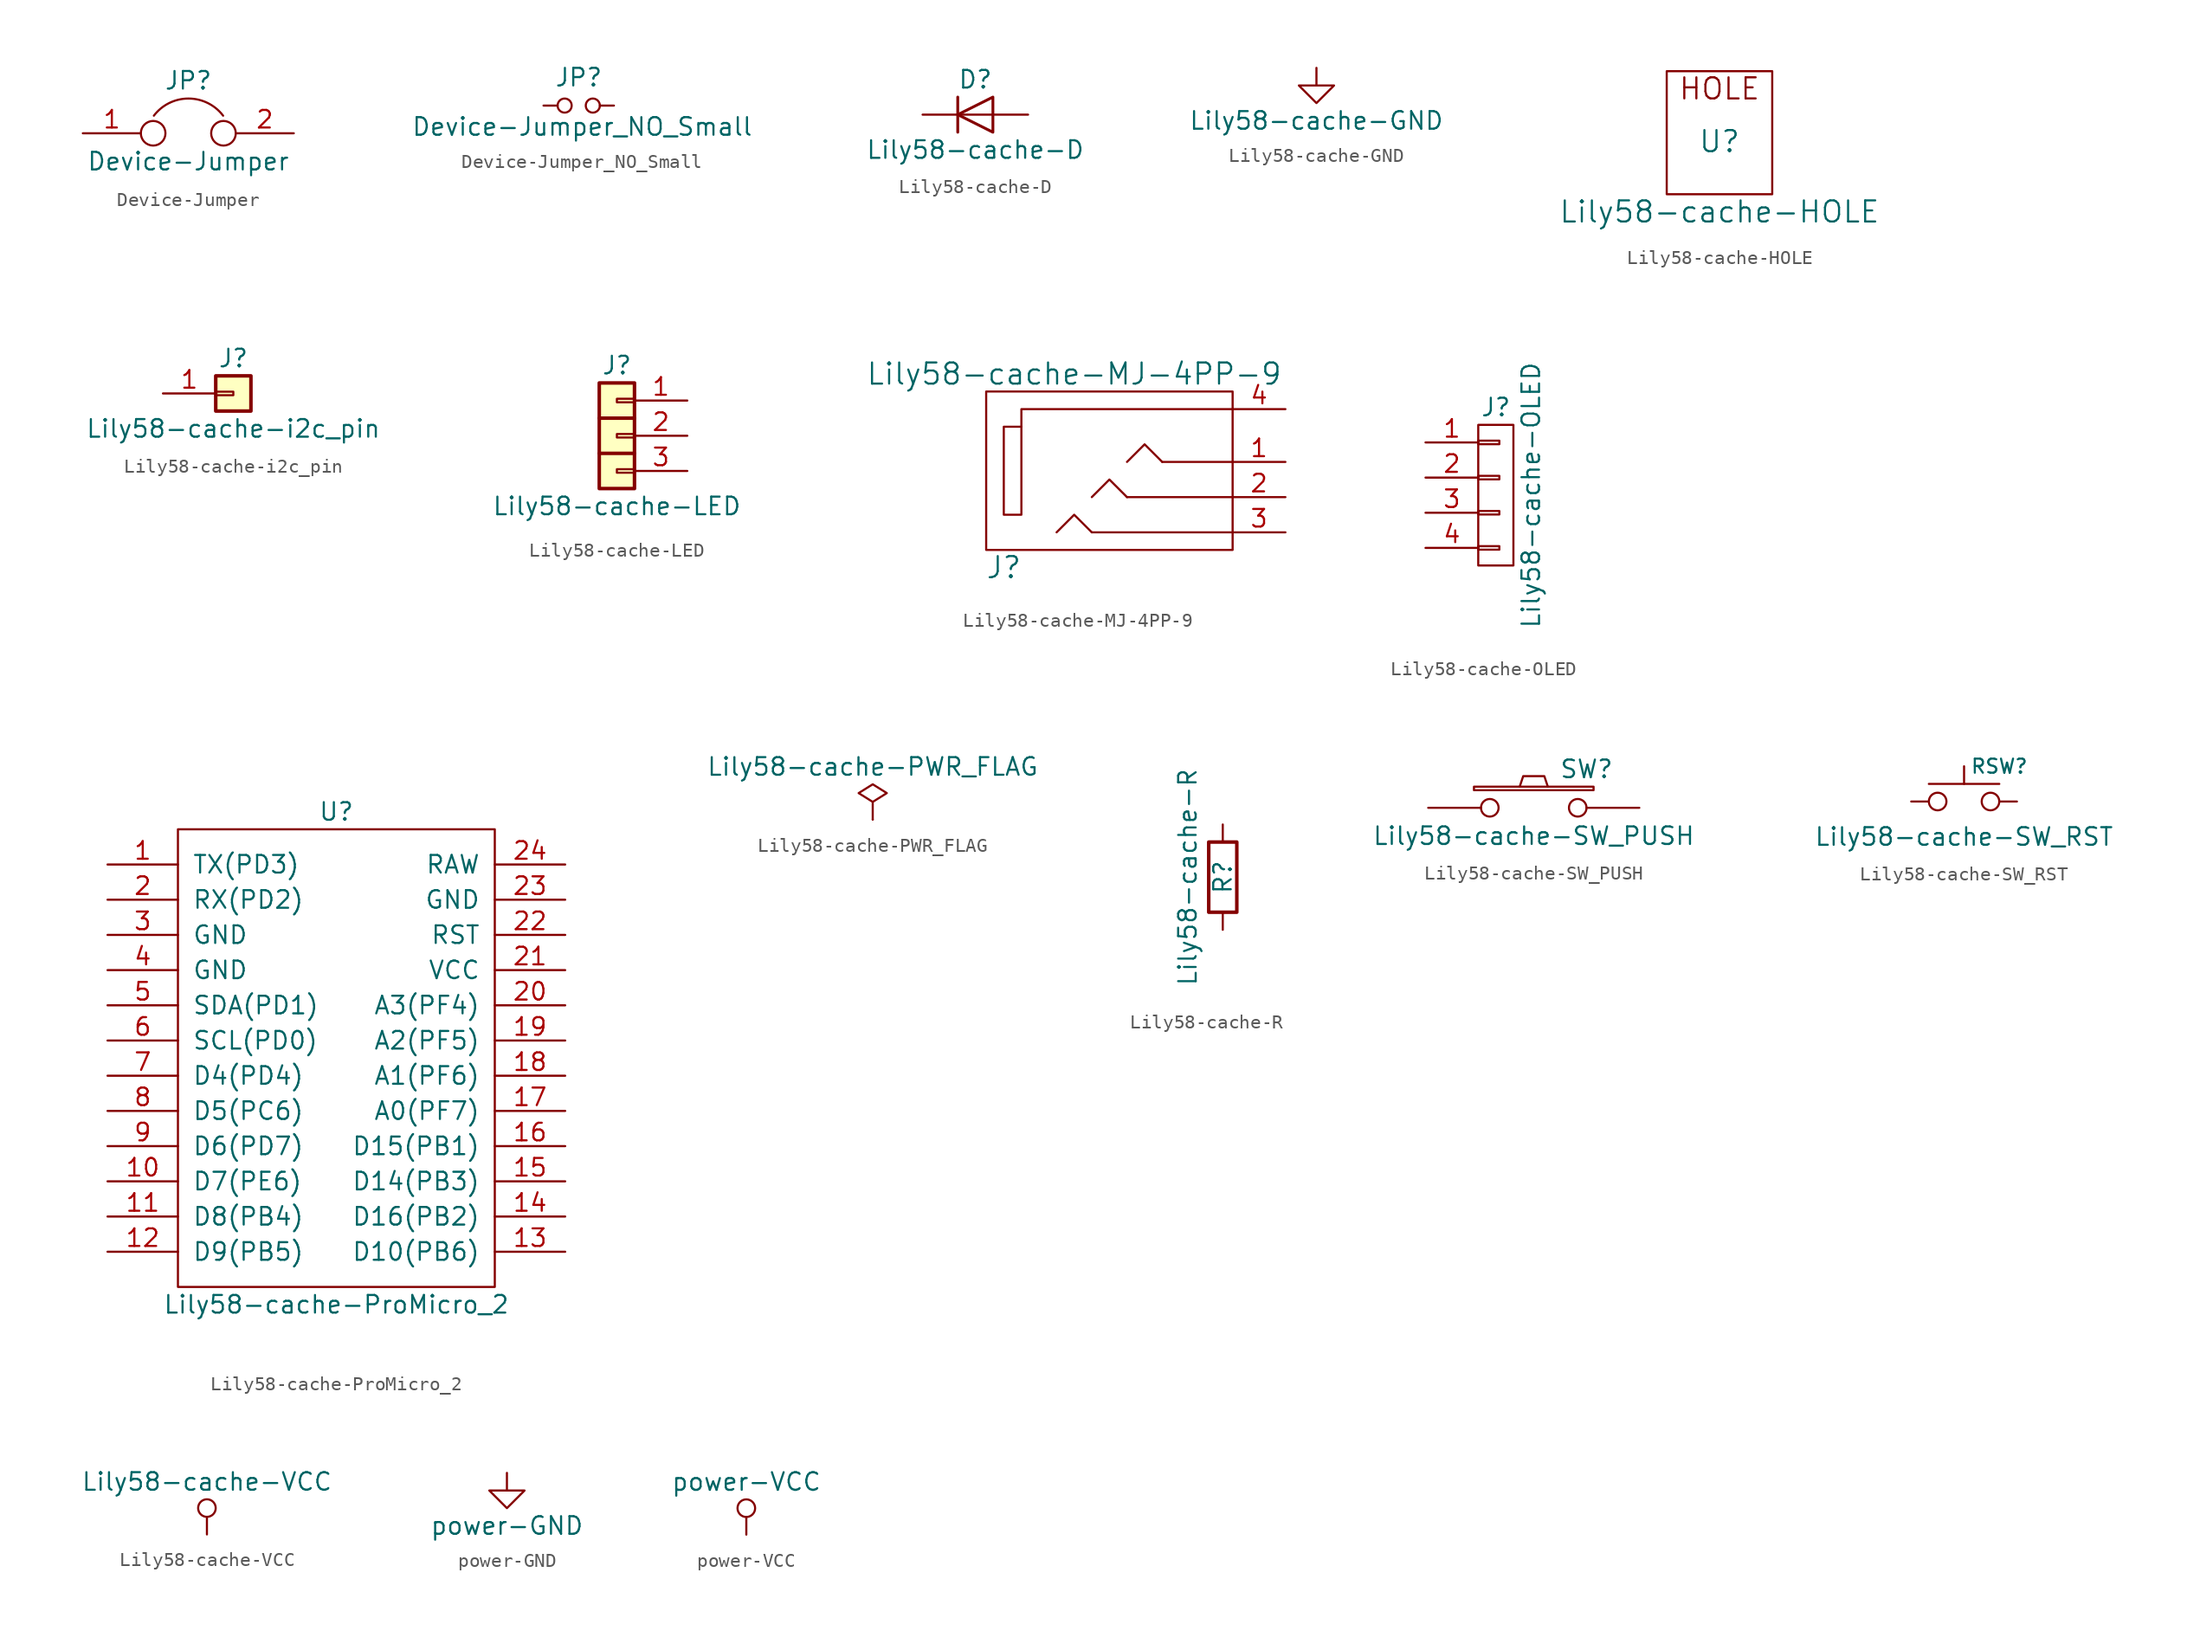
<source format=kicad_sym>
(kicad_symbol_lib
  (version 20211014)
  (generator kicad_symbol_editor)
  (symbol "Device-Jumper"
    (pin_names
      (offset 0.762) hide)
    (property "Reference" "JP"
      (at 0 3.81 0)
      (effects (font (size 1.27 1.27))))
    (property "Value" "Device-Jumper"
      (at 0 -2.032 0)
      (effects (font (size 1.27 1.27))))
    (symbol "Device-Jumper_0_1"
      (circle (center -2.54 0) (radius 0.889) (stroke (width 0) (type default) (color 0 0 0 0)) (fill (type none)))
      (arc (start 2.5146 1.27) (mid 0.0078 2.5097) (end -2.4892 1.27) (stroke (width 0) (type default) (color 0 0 0 0)) (fill (type none)))
      (circle (center 2.54 0) (radius 0.889) (stroke (width 0) (type default) (color 0 0 0 0)) (fill (type none)))
      (pin passive line (at -7.62 0 0) (length 4.191) (name "1" (effects (font (size 1.27 1.27)))) (number "1" (effects (font (size 1.27 1.27)))))
      (pin passive line (at 7.62 0 180) (length 4.191) (name "2" (effects (font (size 1.27 1.27)))) (number "2" (effects (font (size 1.27 1.27)))))))
  (symbol "Device-Jumper_NO_Small"
    (pin_numbers hide)
    (pin_names
      (offset 0.762) hide)
    (property "Reference" "JP"
      (at 0 2.032 0)
      (effects (font (size 1.27 1.27))))
    (property "Value" "Device-Jumper_NO_Small"
      (at 0.254 -1.524 0)
      (effects (font (size 1.27 1.27))))
    (symbol "Device-Jumper_NO_Small_0_1"
      (circle (center -1.016 0) (radius 0.508) (stroke (width 0) (type default) (color 0 0 0 0)) (fill (type none)))
      (circle (center 1.016 0) (radius 0.508) (stroke (width 0) (type default) (color 0 0 0 0)) (fill (type none)))
      (pin passive line (at -2.54 0 0) (length 1.016) (name "1" (effects (font (size 1.27 1.27)))) (number "1" (effects (font (size 1.27 1.27)))))
      (pin passive line (at 2.54 0 180) (length 1.016) (name "2" (effects (font (size 1.27 1.27)))) (number "2" (effects (font (size 1.27 1.27)))))))
  (symbol "Lily58-cache-D"
    (pin_numbers hide)
    (pin_names
      (offset 1.016) hide)
    (property "Reference" "D"
      (at 0 2.54 0)
      (effects (font (size 1.27 1.27))))
    (property "Value" "Lily58-cache-D"
      (at 0 -2.54 0)
      (effects (font (size 1.27 1.27))))
    (symbol "Lily58-cache-D_0_1"
      (polyline (pts (xy -1.27 1.27) (xy -1.27 -1.27)) (stroke (width 0.203) (type default) (color 0 0 0 0)) (fill (type none)))
      (polyline (pts (xy 1.27 0) (xy -1.27 0)) (stroke (width 0) (type default) (color 0 0 0 0)) (fill (type none)))
      (polyline (pts (xy 1.27 1.27) (xy 1.27 -1.27) (xy -1.27 0) (xy 1.27 1.27)) (stroke (width 0.203) (type default) (color 0 0 0 0)) (fill (type none))))
    (symbol "Lily58-cache-D_1_1"
      (pin passive line (at -3.81 0 0) (length 2.54) (name "K" (effects (font (size 1.27 1.27)))) (number "1" (effects (font (size 1.27 1.27)))))
      (pin passive line (at 3.81 0 180) (length 2.54) (name "A" (effects (font (size 1.27 1.27)))) (number "2" (effects (font (size 1.27 1.27)))))))
  (symbol "Lily58-cache-GND"
    (power)
    (pin_names
      (offset 0))
    (property "Reference" "#PWR"
      (at 0 -6.35 0)
      (effects (font (size 1.27 1.27)) hide))
    (property "Value" "Lily58-cache-GND"
      (at 0 -3.81 0)
      (effects (font (size 1.27 1.27))))
    (symbol "Lily58-cache-GND_1_1"
      (polyline (pts (xy 0 0) (xy 0 -1.27) (xy 1.27 -1.27) (xy 0 -2.54) (xy -1.27 -1.27) (xy 0 -1.27)) (stroke (width 0) (type default) (color 0 0 0 0)) (fill (type none)))
      (pin power_in line (at 0 0 0) (length 0) hide (name "GND" (effects (font (size 1.27 1.27)))) (number "1" (effects (font (size 1.27 1.27)))))))
  (symbol "Lily58-cache-HOLE"
    (pin_names
      (offset 1.016))
    (property "Reference" "U"
      (at 0 0 0)
      (effects (font (size 1.524 1.524))))
    (property "Value" "Lily58-cache-HOLE"
      (at 0 -5.08 0)
      (effects (font (size 1.524 1.524))))
    (property "Footprint" ""
      (at 0 0 0)
      (effects (font (size 1.524 1.524))))
    (property "Datasheet" ""
      (at 0 0 0)
      (effects (font (size 1.524 1.524))))
    (symbol "Lily58-cache-HOLE_0_0"
      (text "HOLE" (at 0 3.81 0) (effects (font (size 1.524 1.524)))))
    (symbol "Lily58-cache-HOLE_0_1"
      (rectangle (start 3.81 5.08) (end -3.81 -3.81) (stroke (width 0) (type default) (color 0 0 0 0)) (fill (type none)))))
  (symbol "Lily58-cache-i2c_pin"
    (pin_names
      (offset 1.016) hide)
    (property "Reference" "J"
      (at 0 2.54 0)
      (effects (font (size 1.27 1.27))))
    (property "Value" "Lily58-cache-i2c_pin"
      (at 0 -2.54 0)
      (effects (font (size 1.27 1.27))))
    (symbol "Lily58-cache-i2c_pin_1_1"
      (rectangle (start -1.27 0.127) (end 0 -0.127) (stroke (width 0.152) (type default) (color 0 0 0 0)) (fill (type none)))
      (rectangle (start -1.27 1.27) (end 1.27 -1.27) (stroke (width 0.254) (type default) (color 0 0 0 0)) (fill (type background)))
      (pin passive line (at -5.08 0 0) (length 3.81) (name "Pin_1" (effects (font (size 1.27 1.27)))) (number "1" (effects (font (size 1.27 1.27)))))))
  (symbol "Lily58-cache-LED"
    (pin_names
      (offset 1.016) hide)
    (property "Reference" "J"
      (at 0 5.08 0)
      (effects (font (size 1.27 1.27))))
    (property "Value" "Lily58-cache-LED"
      (at 0 -5.08 0)
      (effects (font (size 1.27 1.27))))
    (symbol "Lily58-cache-LED_1_1"
      (rectangle (start -1.27 3.81) (end 1.27 -3.81) (stroke (width 0.254) (type default) (color 0 0 0 0)) (fill (type background)))
      (rectangle (start 0 -2.413) (end 1.27 -2.667) (stroke (width 0.152) (type default) (color 0 0 0 0)) (fill (type none)))
      (polyline (pts (xy -1.27 -1.27) (xy 1.27 -1.27)) (stroke (width 0.254) (type default) (color 0 0 0 0)) (fill (type none)))
      (polyline (pts (xy -1.27 1.27) (xy 1.27 1.27)) (stroke (width 0.254) (type default) (color 0 0 0 0)) (fill (type none)))
      (rectangle (start 0 0.127) (end 1.27 -0.127) (stroke (width 0.152) (type default) (color 0 0 0 0)) (fill (type none)))
      (rectangle (start 0 2.667) (end 1.27 2.413) (stroke (width 0.152) (type default) (color 0 0 0 0)) (fill (type none)))
      (pin passive line (at 5.08 2.54 180) (length 3.81) (name "Pin_1" (effects (font (size 1.27 1.27)))) (number "1" (effects (font (size 1.27 1.27)))))
      (pin passive line (at 5.08 0 180) (length 3.81) (name "Pin_2" (effects (font (size 1.27 1.27)))) (number "2" (effects (font (size 1.27 1.27)))))
      (pin passive line (at 5.08 -2.54 180) (length 3.81) (name "Pin_3" (effects (font (size 1.27 1.27)))) (number "3" (effects (font (size 1.27 1.27)))))))
  (symbol "Lily58-cache-MJ-4PP-9"
    (pin_names
      (offset 1.016))
    (property "Reference" "J"
      (at -8.89 -7.62 0)
      (effects (font (size 1.524 1.524))))
    (property "Value" "Lily58-cache-MJ-4PP-9"
      (at -3.81 6.35 0)
      (effects (font (size 1.524 1.524))))
    (property "Footprint" ""
      (at 0 0 0)
      (effects (font (size 1.524 1.524))))
    (property "Datasheet" ""
      (at 0 0 0)
      (effects (font (size 1.524 1.524))))
    (symbol "Lily58-cache-MJ-4PP-9_0_1"
      (rectangle (start -7.62 2.54) (end -8.89 -3.81) (stroke (width 0) (type default) (color 0 0 0 0)) (fill (type none)))
      (polyline (pts (xy 2.54 0) (xy 7.62 0)) (stroke (width 0) (type default) (color 0 0 0 0)) (fill (type none)))
      (polyline (pts (xy -2.54 -5.08) (xy 7.62 -5.08) (xy 7.62 -5.08)) (stroke (width 0) (type default) (color 0 0 0 0)) (fill (type none)))
      (polyline (pts (xy 0 -2.54) (xy -1.27 -1.27) (xy -2.54 -2.54)) (stroke (width 0) (type default) (color 0 0 0 0)) (fill (type none)))
      (polyline (pts (xy 0 0) (xy 1.27 1.27) (xy 2.54 0)) (stroke (width 0) (type default) (color 0 0 0 0)) (fill (type none)))
      (polyline (pts (xy 7.62 3.81) (xy -7.62 3.81) (xy -7.62 2.54)) (stroke (width 0) (type default) (color 0 0 0 0)) (fill (type none)))
      (polyline (pts (xy -2.54 -5.08) (xy -3.81 -3.81) (xy -5.08 -5.08) (xy -5.08 -5.08)) (stroke (width 0) (type default) (color 0 0 0 0)) (fill (type none)))
      (polyline (pts (xy 0 -2.54) (xy 7.62 -2.54) (xy 7.62 -2.54) (xy 7.62 -2.54)) (stroke (width 0) (type default) (color 0 0 0 0)) (fill (type none)))
      (rectangle (start 7.62 -6.35) (end -10.16 5.08) (stroke (width 0) (type default) (color 0 0 0 0)) (fill (type none))))
    (symbol "Lily58-cache-MJ-4PP-9_1_1"
      (pin passive line (at 11.43 0 180) (length 3.81) (name "~" (effects (font (size 1.27 1.27)))) (number "1" (effects (font (size 1.27 1.27)))))
      (pin passive line (at 11.43 -2.54 180) (length 3.81) (name "~" (effects (font (size 1.27 1.27)))) (number "2" (effects (font (size 1.27 1.27)))))
      (pin passive line (at 11.43 -5.08 180) (length 3.81) (name "~" (effects (font (size 1.27 1.27)))) (number "3" (effects (font (size 1.27 1.27)))))
      (pin passive line (at 11.43 3.81 180) (length 3.81) (name "~" (effects (font (size 1.27 1.27)))) (number "4" (effects (font (size 1.27 1.27)))))))
  (symbol "Lily58-cache-OLED"
    (pin_names
      (offset 1.016) hide)
    (property "Reference" "J"
      (at 0 6.35 0)
      (effects (font (size 1.27 1.27))))
    (property "Value" "Lily58-cache-OLED"
      (at 2.54 0 90)
      (effects (font (size 1.27 1.27))))
    (property "Footprint" ""
      (at 0 0 0)
      (effects (font (size 1.27 1.27))))
    (property "Datasheet" ""
      (at 0 0 0)
      (effects (font (size 1.27 1.27))))
    (symbol "Lily58-cache-OLED_0_1"
      (rectangle (start -1.27 -3.683) (end 0.254 -3.937) (stroke (width 0) (type default) (color 0 0 0 0)) (fill (type none)))
      (rectangle (start -1.27 -1.143) (end 0.254 -1.397) (stroke (width 0) (type default) (color 0 0 0 0)) (fill (type none)))
      (rectangle (start -1.27 1.397) (end 0.254 1.143) (stroke (width 0) (type default) (color 0 0 0 0)) (fill (type none)))
      (rectangle (start -1.27 3.937) (end 0.254 3.683) (stroke (width 0) (type default) (color 0 0 0 0)) (fill (type none)))
      (rectangle (start -1.27 5.08) (end 1.27 -5.08) (stroke (width 0) (type default) (color 0 0 0 0)) (fill (type none))))
    (symbol "Lily58-cache-OLED_1_1"
      (pin passive line (at -5.08 3.81 0) (length 3.81) (name "P1" (effects (font (size 1.27 1.27)))) (number "1" (effects (font (size 1.27 1.27)))))
      (pin passive line (at -5.08 1.27 0) (length 3.81) (name "P2" (effects (font (size 1.27 1.27)))) (number "2" (effects (font (size 1.27 1.27)))))
      (pin passive line (at -5.08 -1.27 0) (length 3.81) (name "P3" (effects (font (size 1.27 1.27)))) (number "3" (effects (font (size 1.27 1.27)))))
      (pin passive line (at -5.08 -3.81 0) (length 3.81) (name "P4" (effects (font (size 1.27 1.27)))) (number "4" (effects (font (size 1.27 1.27)))))))
  (symbol "Lily58-cache-ProMicro_2"
    (pin_names
      (offset 1.016))
    (property "Reference" "U"
      (at 0 17.78 0)
      (effects (font (size 1.27 1.27))))
    (property "Value" "Lily58-cache-ProMicro_2"
      (at 0 -17.78 0)
      (effects (font (size 1.27 1.27))))
    (symbol "Lily58-cache-ProMicro_2_0_1"
      (rectangle (start -11.43 16.51) (end 11.43 -16.51) (stroke (width 0) (type default) (color 0 0 0 0)) (fill (type none))))
    (symbol "Lily58-cache-ProMicro_2_1_1"
      (pin input line (at -16.51 13.97 0) (length 5.08) (name "TX(PD3)" (effects (font (size 1.27 1.27)))) (number "1" (effects (font (size 1.27 1.27)))))
      (pin input line (at -16.51 -8.89 0) (length 5.08) (name "D7(PE6)" (effects (font (size 1.27 1.27)))) (number "10" (effects (font (size 1.27 1.27)))))
      (pin input line (at -16.51 -11.43 0) (length 5.08) (name "D8(PB4)" (effects (font (size 1.27 1.27)))) (number "11" (effects (font (size 1.27 1.27)))))
      (pin input line (at -16.51 -13.97 0) (length 5.08) (name "D9(PB5)" (effects (font (size 1.27 1.27)))) (number "12" (effects (font (size 1.27 1.27)))))
      (pin input line (at 16.51 -13.97 180) (length 5.08) (name "D10(PB6)" (effects (font (size 1.27 1.27)))) (number "13" (effects (font (size 1.27 1.27)))))
      (pin input line (at 16.51 -11.43 180) (length 5.08) (name "D16(PB2)" (effects (font (size 1.27 1.27)))) (number "14" (effects (font (size 1.27 1.27)))))
      (pin input line (at 16.51 -8.89 180) (length 5.08) (name "D14(PB3)" (effects (font (size 1.27 1.27)))) (number "15" (effects (font (size 1.27 1.27)))))
      (pin input line (at 16.51 -6.35 180) (length 5.08) (name "D15(PB1)" (effects (font (size 1.27 1.27)))) (number "16" (effects (font (size 1.27 1.27)))))
      (pin input line (at 16.51 -3.81 180) (length 5.08) (name "A0(PF7)" (effects (font (size 1.27 1.27)))) (number "17" (effects (font (size 1.27 1.27)))))
      (pin input line (at 16.51 -1.27 180) (length 5.08) (name "A1(PF6)" (effects (font (size 1.27 1.27)))) (number "18" (effects (font (size 1.27 1.27)))))
      (pin input line (at 16.51 1.27 180) (length 5.08) (name "A2(PF5)" (effects (font (size 1.27 1.27)))) (number "19" (effects (font (size 1.27 1.27)))))
      (pin input line (at -16.51 11.43 0) (length 5.08) (name "RX(PD2)" (effects (font (size 1.27 1.27)))) (number "2" (effects (font (size 1.27 1.27)))))
      (pin input line (at 16.51 3.81 180) (length 5.08) (name "A3(PF4)" (effects (font (size 1.27 1.27)))) (number "20" (effects (font (size 1.27 1.27)))))
      (pin input line (at 16.51 6.35 180) (length 5.08) (name "VCC" (effects (font (size 1.27 1.27)))) (number "21" (effects (font (size 1.27 1.27)))))
      (pin input line (at 16.51 8.89 180) (length 5.08) (name "RST" (effects (font (size 1.27 1.27)))) (number "22" (effects (font (size 1.27 1.27)))))
      (pin input line (at 16.51 11.43 180) (length 5.08) (name "GND" (effects (font (size 1.27 1.27)))) (number "23" (effects (font (size 1.27 1.27)))))
      (pin input line (at 16.51 13.97 180) (length 5.08) (name "RAW" (effects (font (size 1.27 1.27)))) (number "24" (effects (font (size 1.27 1.27)))))
      (pin input line (at -16.51 8.89 0) (length 5.08) (name "GND" (effects (font (size 1.27 1.27)))) (number "3" (effects (font (size 1.27 1.27)))))
      (pin input line (at -16.51 6.35 0) (length 5.08) (name "GND" (effects (font (size 1.27 1.27)))) (number "4" (effects (font (size 1.27 1.27)))))
      (pin input line (at -16.51 3.81 0) (length 5.08) (name "SDA(PD1)" (effects (font (size 1.27 1.27)))) (number "5" (effects (font (size 1.27 1.27)))))
      (pin input line (at -16.51 1.27 0) (length 5.08) (name "SCL(PD0)" (effects (font (size 1.27 1.27)))) (number "6" (effects (font (size 1.27 1.27)))))
      (pin input line (at -16.51 -1.27 0) (length 5.08) (name "D4(PD4)" (effects (font (size 1.27 1.27)))) (number "7" (effects (font (size 1.27 1.27)))))
      (pin input line (at -16.51 -3.81 0) (length 5.08) (name "D5(PC6)" (effects (font (size 1.27 1.27)))) (number "8" (effects (font (size 1.27 1.27)))))
      (pin input line (at -16.51 -6.35 0) (length 5.08) (name "D6(PD7)" (effects (font (size 1.27 1.27)))) (number "9" (effects (font (size 1.27 1.27)))))))
  (symbol "Lily58-cache-PWR_FLAG"
    (power)
    (pin_numbers hide)
    (pin_names
      (offset 0) hide)
    (property "Reference" "#FLG"
      (at 0 0 0)
      (effects (font (size 1.27 1.27)) hide))
    (property "Value" "Lily58-cache-PWR_FLAG"
      (at 0 3.81 0)
      (effects (font (size 1.27 1.27))))
    (symbol "Lily58-cache-PWR_FLAG_0_0"
      (pin power_out line (at 0 0 90) (length 0) (name "pwr" (effects (font (size 1.27 1.27)))) (number "1" (effects (font (size 1.27 1.27))))))
    (symbol "Lily58-cache-PWR_FLAG_0_1"
      (polyline (pts (xy 0 0) (xy 0 1.27) (xy -1.016 1.905) (xy 0 2.54) (xy 1.016 1.905) (xy 0 1.27)) (stroke (width 0) (type default) (color 0 0 0 0)) (fill (type none)))))
  (symbol "Lily58-cache-R"
    (pin_numbers hide)
    (pin_names
      (offset 0))
    (property "Reference" "R"
      (at 0 0 90)
      (effects (font (size 1.27 1.27))))
    (property "Value" "Lily58-cache-R"
      (at -2.54 0 90)
      (effects (font (size 1.27 1.27))))
    (symbol "Lily58-cache-R_0_1"
      (rectangle (start -1.016 -2.54) (end 1.016 2.54) (stroke (width 0.254) (type default) (color 0 0 0 0)) (fill (type none))))
    (symbol "Lily58-cache-R_1_1"
      (pin passive line (at 0 3.81 270) (length 1.27) (name "~" (effects (font (size 1.27 1.27)))) (number "1" (effects (font (size 1.27 1.27)))))
      (pin passive line (at 0 -3.81 90) (length 1.27) (name "~" (effects (font (size 1.27 1.27)))) (number "2" (effects (font (size 1.27 1.27)))))))
  (symbol "Lily58-cache-SW_PUSH"
    (pin_numbers hide)
    (pin_names
      (offset 1.016) hide)
    (property "Reference" "SW"
      (at 3.81 2.794 0)
      (effects (font (size 1.27 1.27))))
    (property "Value" "Lily58-cache-SW_PUSH"
      (at 0 -2.032 0)
      (effects (font (size 1.27 1.27))))
    (property "Footprint" ""
      (at 0 0 0)
      (effects (font (size 1.27 1.27))))
    (property "Datasheet" ""
      (at 0 0 0)
      (effects (font (size 1.27 1.27))))
    (symbol "Lily58-cache-SW_PUSH_0_1"
      (rectangle (start -4.318 1.27) (end 4.318 1.524) (stroke (width 0) (type default) (color 0 0 0 0)) (fill (type none)))
      (polyline (pts (xy -1.016 1.524) (xy -0.762 2.286) (xy 0.762 2.286) (xy 1.016 1.524)) (stroke (width 0) (type default) (color 0 0 0 0)) (fill (type none)))
      (pin passive inverted (at -7.62 0 0) (length 5.08) (name "1" (effects (font (size 1.27 1.27)))) (number "1" (effects (font (size 1.27 1.27)))))
      (pin passive inverted (at 7.62 0 180) (length 5.08) (name "2" (effects (font (size 1.27 1.27)))) (number "2" (effects (font (size 1.27 1.27)))))))
  (symbol "Lily58-cache-SW_RST"
    (pin_numbers hide)
    (pin_names
      (offset 1.016) hide)
    (property "Reference" "RSW"
      (at 2.54 2.54 0)
      (effects (font (size 1.016 1.016))))
    (property "Value" "Lily58-cache-SW_RST"
      (at 0 -2.54 0)
      (effects (font (size 1.27 1.27))))
    (symbol "Lily58-cache-SW_RST_0_1"
      (polyline (pts (xy -2.54 1.27) (xy 2.54 1.27)) (stroke (width 0) (type default) (color 0 0 0 0)) (fill (type none)))
      (polyline (pts (xy 0 2.54) (xy 0 1.27)) (stroke (width 0) (type default) (color 0 0 0 0)) (fill (type none)))
      (pin passive inverted (at -3.81 0 0) (length 2.54) (name "1" (effects (font (size 1.27 1.27)))) (number "1" (effects (font (size 1.27 1.27)))))
      (pin passive inverted (at 3.81 0 180) (length 2.54) (name "2" (effects (font (size 1.27 1.27)))) (number "2" (effects (font (size 1.27 1.27)))))))
  (symbol "Lily58-cache-VCC"
    (power)
    (pin_names
      (offset 0))
    (property "Reference" "#PWR"
      (at 0 -3.81 0)
      (effects (font (size 1.27 1.27)) hide))
    (property "Value" "Lily58-cache-VCC"
      (at 0 3.81 0)
      (effects (font (size 1.27 1.27))))
    (symbol "Lily58-cache-VCC_0_1"
      (polyline (pts (xy 0 0) (xy 0 1.27)) (stroke (width 0) (type default) (color 0 0 0 0)) (fill (type none)))
      (circle (center 0 1.905) (radius 0.635) (stroke (width 0) (type default) (color 0 0 0 0)) (fill (type none))))
    (symbol "Lily58-cache-VCC_1_1"
      (pin power_in line (at 0 0 90) (length 0) hide (name "VCC" (effects (font (size 1.27 1.27)))) (number "1" (effects (font (size 1.27 1.27)))))))
  (symbol "power-GND"
    (power)
    (pin_names
      (offset 0))
    (property "Reference" "#PWR"
      (at 0 -6.35 0)
      (effects (font (size 1.27 1.27)) hide))
    (property "Value" "power-GND"
      (at 0 -3.81 0)
      (effects (font (size 1.27 1.27))))
    (symbol "power-GND_0_1"
      (polyline (pts (xy 0 0) (xy 0 -1.27) (xy 1.27 -1.27) (xy 0 -2.54) (xy -1.27 -1.27) (xy 0 -1.27)) (stroke (width 0) (type default) (color 0 0 0 0)) (fill (type none))))
    (symbol "power-GND_1_1"
      (pin power_in line (at 0 0 270) (length 0) hide (name "GND" (effects (font (size 1.27 1.27)))) (number "1" (effects (font (size 1.27 1.27)))))))
  (symbol "power-VCC"
    (power)
    (pin_names
      (offset 0))
    (property "Reference" "#PWR"
      (at 0 -3.81 0)
      (effects (font (size 1.27 1.27)) hide))
    (property "Value" "power-VCC"
      (at 0 3.81 0)
      (effects (font (size 1.27 1.27))))
    (symbol "power-VCC_0_1"
      (polyline (pts (xy 0 0) (xy 0 1.27)) (stroke (width 0) (type default) (color 0 0 0 0)) (fill (type none)))
      (circle (center 0 1.905) (radius 0.635) (stroke (width 0) (type default) (color 0 0 0 0)) (fill (type none))))
    (symbol "power-VCC_1_1"
      (pin power_in line (at 0 0 90) (length 0) hide (name "VCC" (effects (font (size 1.27 1.27)))) (number "1" (effects (font (size 1.27 1.27))))))))
</source>
